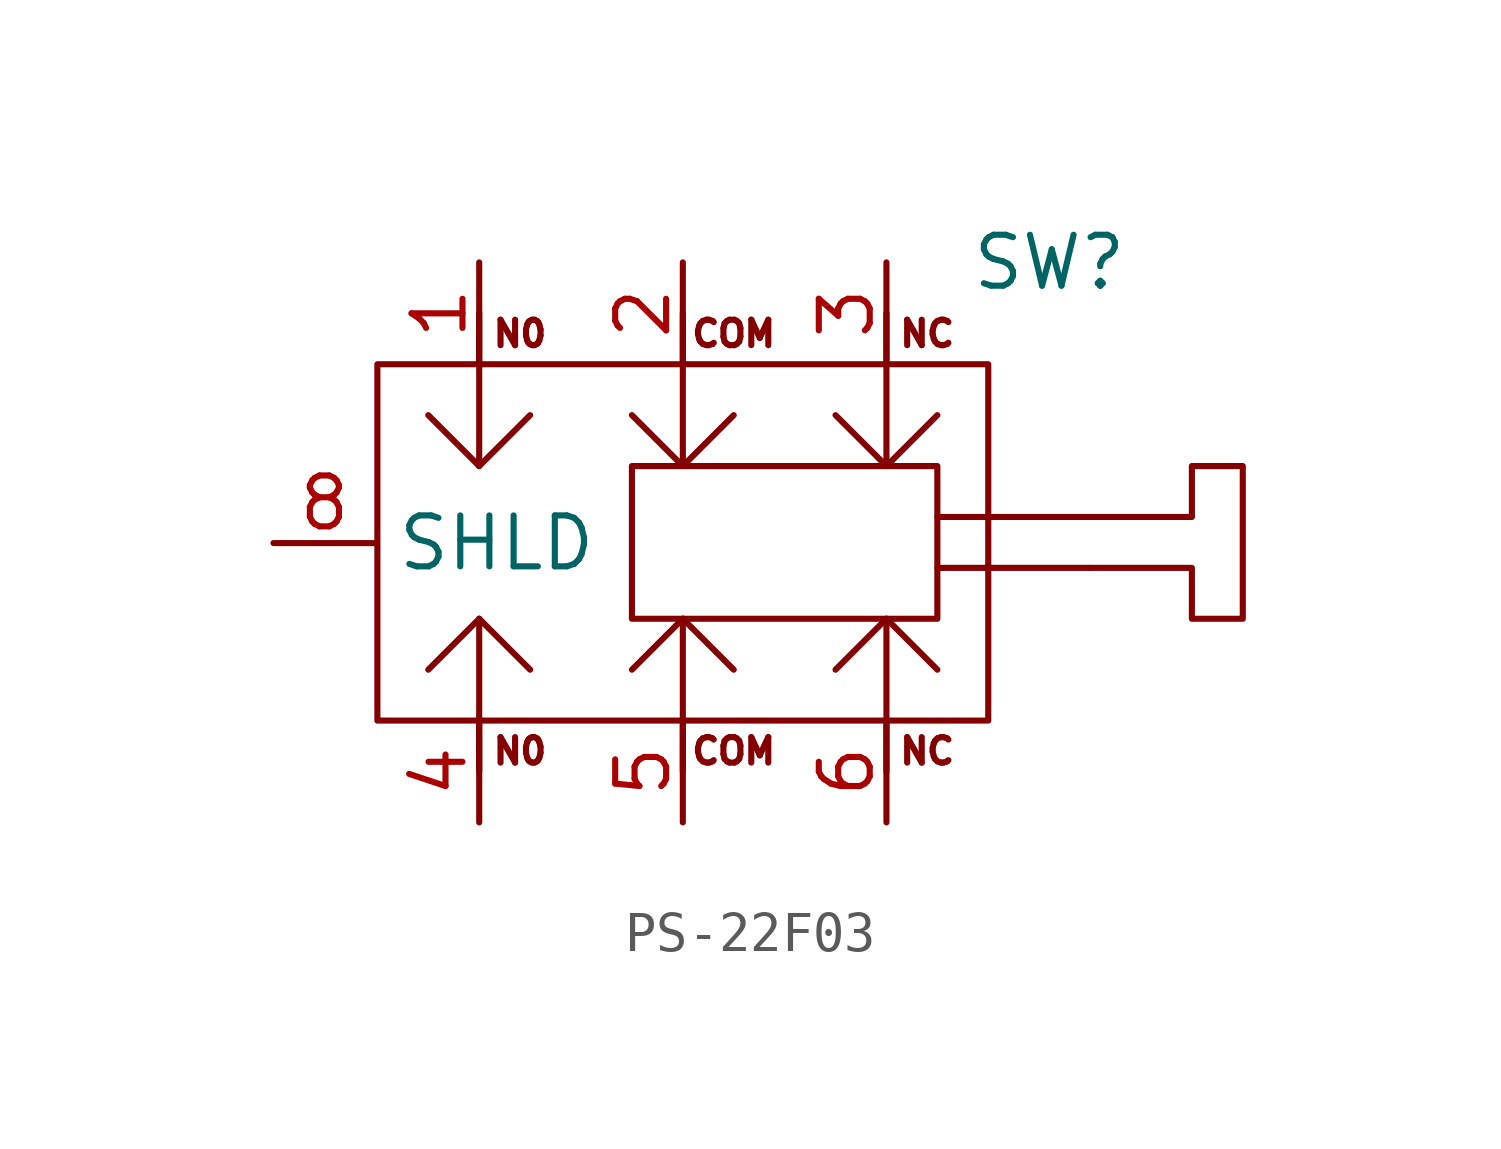
<source format=kicad_sym>
(kicad_symbol_lib
  (version 20241209)
  (generator "kicad_symbol_editor")
  (generator_version "9.0")
  (symbol "PS-22F03"
    (property "Reference" "SW"
      (at 9.144 7.62 0)
      (effects (font (size 1.27 1.27))))
    (property "Value" ""
      (at 0 0 0)
      (effects (font (size 1.27 1.27))))
    (symbol "PS-22F03_0_1"
      (rectangle (start -7.62 5.08) (end 7.62 -3.81) (stroke (width 0) (type default)) (fill (type none)))
      (polyline (pts (xy -5.08 6.35) (xy -5.08 2.54)) (stroke (width 0) (type default)) (fill (type none)))
      (polyline (pts (xy -5.08 2.54) (xy -6.35 3.81)) (stroke (width 0) (type default)) (fill (type none)))
      (polyline (pts (xy -5.08 2.54) (xy -3.81 3.81)) (stroke (width 0) (type default)) (fill (type none)))
      (polyline (pts (xy -5.08 -1.27) (xy -6.35 -2.54)) (stroke (width 0) (type default)) (fill (type none)))
      (polyline (pts (xy -5.08 -1.27) (xy -3.81 -2.54)) (stroke (width 0) (type default)) (fill (type none)))
      (polyline (pts (xy -5.08 -5.08) (xy -5.08 -1.27)) (stroke (width 0) (type default)) (fill (type none)))
      (rectangle (start -1.27 2.54) (end 6.35 -1.27) (stroke (width 0) (type default)) (fill (type none)))
      (polyline (pts (xy 0 6.35) (xy 0 2.54)) (stroke (width 0) (type default)) (fill (type none)))
      (polyline (pts (xy 0 2.54) (xy -1.27 3.81)) (stroke (width 0) (type default)) (fill (type none)))
      (polyline (pts (xy 0 2.54) (xy 1.27 3.81)) (stroke (width 0) (type default)) (fill (type none)))
      (polyline (pts (xy 0 -1.27) (xy -1.27 -2.54)) (stroke (width 0) (type default)) (fill (type none)))
      (polyline (pts (xy 0 -1.27) (xy 1.27 -2.54)) (stroke (width 0) (type default)) (fill (type none)))
      (polyline (pts (xy 0 -5.08) (xy 0 -1.27)) (stroke (width 0) (type default)) (fill (type none)))
      (polyline (pts (xy 5.08 6.35) (xy 5.08 2.54)) (stroke (width 0) (type default)) (fill (type none)))
      (polyline (pts (xy 5.08 2.54) (xy 3.81 3.81)) (stroke (width 0) (type default)) (fill (type none)))
      (polyline (pts (xy 5.08 2.54) (xy 6.35 3.81)) (stroke (width 0) (type default)) (fill (type none)))
      (polyline (pts (xy 5.08 -1.27) (xy 3.81 -2.54)) (stroke (width 0) (type default)) (fill (type none)))
      (polyline (pts (xy 5.08 -1.27) (xy 6.35 -2.54)) (stroke (width 0) (type default)) (fill (type none)))
      (polyline (pts (xy 5.08 -5.08) (xy 5.08 -1.27)) (stroke (width 0) (type default)) (fill (type none)))
      (polyline (pts (xy 6.35 1.27) (xy 12.7 1.27) (xy 12.7 2.54) (xy 13.97 2.54) (xy 13.97 -1.27) (xy 12.7 -1.27) (xy 12.7 0) (xy 6.35 0)) (stroke (width 0) (type default)) (fill (type none)))
      (polyline (pts (xy 10.16 0) (xy 10.16 0)) (stroke (width 0) (type default)) (fill (type none))))
    (symbol "PS-22F03_1_1"
      (text "N0\n" (at -4.064 5.842 0) (effects (font (size 0.635 0.635))))
      (text "N0\n" (at -4.064 -4.572 0) (effects (font (size 0.635 0.635))))
      (text "COM" (at 1.27 5.842 0) (effects (font (size 0.635 0.635))))
      (text "COM" (at 1.27 -4.572 0) (effects (font (size 0.635 0.635))))
      (text "NC\n" (at 6.096 5.842 0) (effects (font (size 0.635 0.635))))
      (text "NC\n" (at 6.096 -4.572 0) (effects (font (size 0.635 0.635))))
      (pin input line (at -10.212 0.618 0) (length 2.54) (hide yes) (name "SHLD" (effects (font (size 1.27 1.27)))) (number "7" (effects (font (size 1.27 1.27)))))
      (pin input line (at -10.212 0.618 0) (length 2.54) (name "SHLD" (effects (font (size 1.27 1.27)))) (number "8" (effects (font (size 1.27 1.27)))))
      (pin input line (at -5.08 7.62 270) (length 2.54) (name "NO" (effects (font (size 0 0)))) (number "1" (effects (font (size 1.27 1.27)))))
      (pin input line (at -5.08 -6.35 90) (length 2.54) (name "NO" (effects (font (size 0 0)))) (number "4" (effects (font (size 1.27 1.27)))))
      (pin input line (at 0 7.62 270) (length 2.54) (name "COM" (effects (font (size 0 0)))) (number "2" (effects (font (size 1.27 1.27)))))
      (pin input line (at 0 -6.35 90) (length 2.54) (name "COM" (effects (font (size 0 0)))) (number "5" (effects (font (size 1.27 1.27)))))
      (pin input line (at 5.08 7.62 270) (length 2.54) (name "NC" (effects (font (size 0 0)))) (number "3" (effects (font (size 1.27 1.27)))))
      (pin input line (at 5.08 -6.35 90) (length 2.54) (name "NC" (effects (font (size 0 0)))) (number "6" (effects (font (size 1.27 1.27))))))))
</source>
